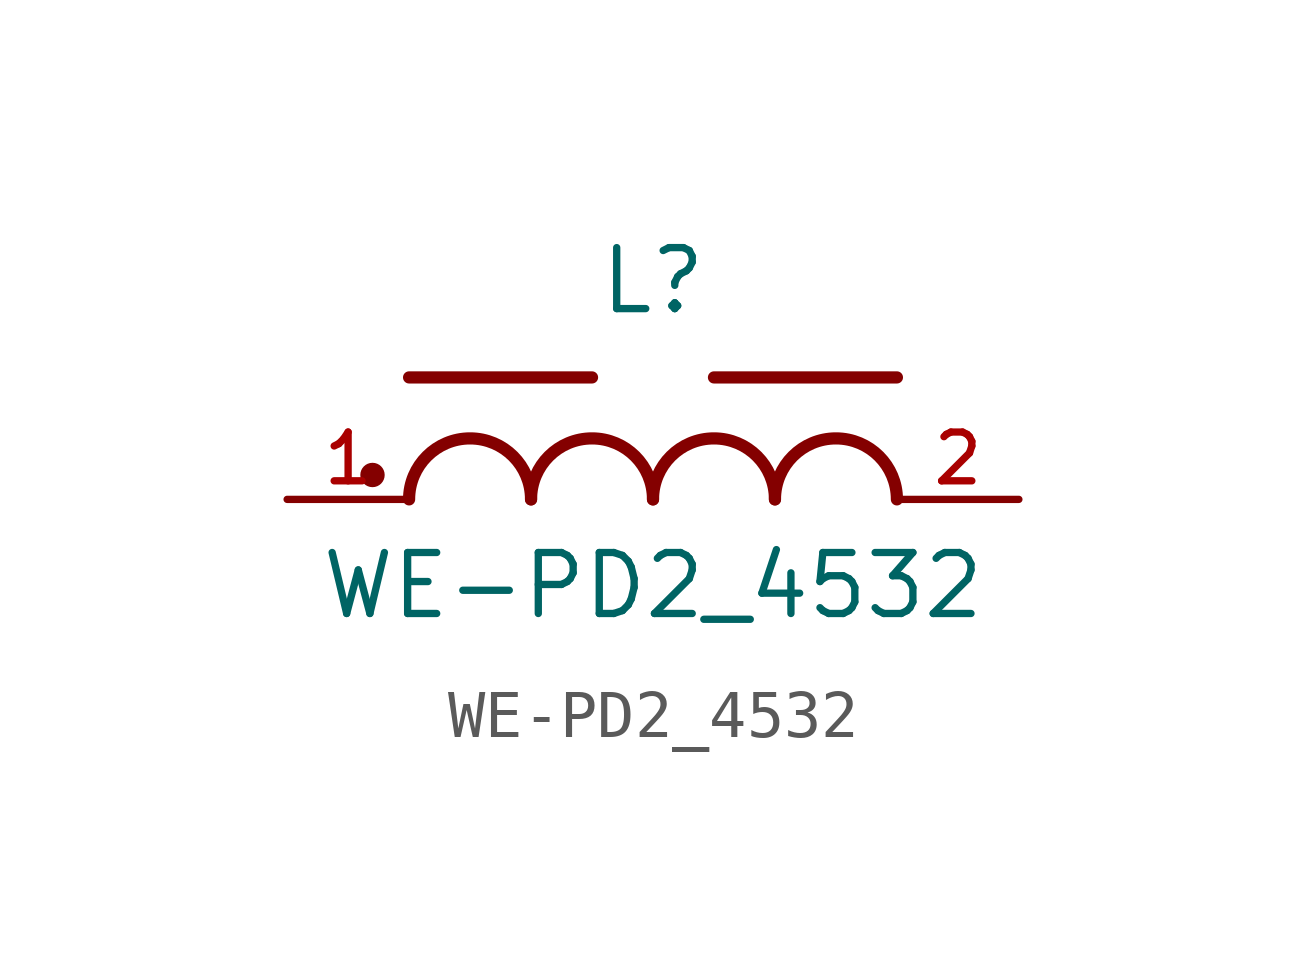
<source format=kicad_sym>
(kicad_symbol_lib
  (version 20231120)
  (generator "kicad_symbol_editor")
  (generator_version "8.0")
  (symbol "WE-PD2_4532"
    (pin_names
      (offset 1.016))
    (property "Reference" "L"
      (at 0 3.81 0)
      (effects (font (size 1.27 1.27)) (justify bottom)))
    (property "Value" "WE-PD2_4532"
      (at 0 -2.54 0)
      (effects (font (size 1.27 1.27)) (justify bottom)))
    (symbol "WE-PD2_4532_0_0"
      (circle (center -5.842 0.508) (radius 0.127) (stroke (width 0.254) (type default)) (fill (type none)))
      (arc (start -2.54 0) (mid -3.81 1.2645) (end -5.08 0) (stroke (width 0.254) (type default)) (fill (type none)))
      (arc (start 0 0) (mid -1.27 1.2645) (end -2.54 0) (stroke (width 0.254) (type default)) (fill (type none)))
      (polyline (pts (xy -1.27 2.54) (xy -5.08 2.54)) (stroke (width 0.254) (type default)) (fill (type none)))
      (polyline (pts (xy 5.08 2.54) (xy 1.27 2.54)) (stroke (width 0.254) (type default)) (fill (type none)))
      (arc (start 2.54 0) (mid 1.27 1.2645) (end 0 0) (stroke (width 0.254) (type default)) (fill (type none)))
      (arc (start 5.08 0) (mid 3.81 1.2645) (end 2.54 0) (stroke (width 0.254) (type default)) (fill (type none)))
      (pin passive line (at -7.62 0 0) (length 2.54) (name "~" (effects (font (size 1.016 1.016)))) (number "1" (effects (font (size 1.016 1.016)))))
      (pin passive line (at 7.62 0 180) (length 2.54) (name "~" (effects (font (size 1.016 1.016)))) (number "2" (effects (font (size 1.016 1.016))))))))
</source>
